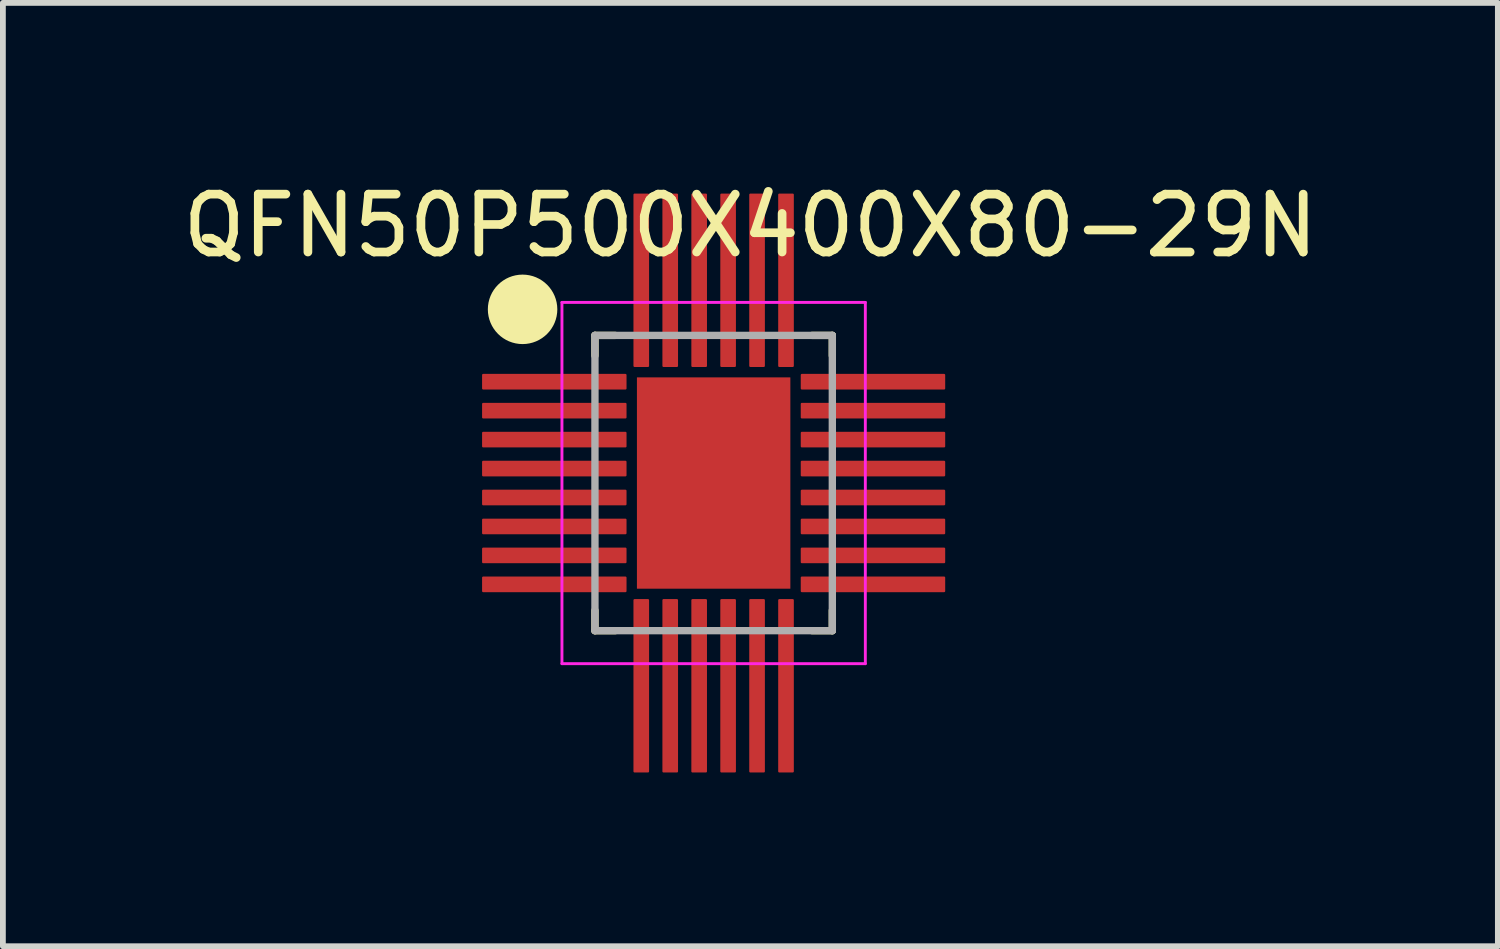
<source format=kicad_pcb>
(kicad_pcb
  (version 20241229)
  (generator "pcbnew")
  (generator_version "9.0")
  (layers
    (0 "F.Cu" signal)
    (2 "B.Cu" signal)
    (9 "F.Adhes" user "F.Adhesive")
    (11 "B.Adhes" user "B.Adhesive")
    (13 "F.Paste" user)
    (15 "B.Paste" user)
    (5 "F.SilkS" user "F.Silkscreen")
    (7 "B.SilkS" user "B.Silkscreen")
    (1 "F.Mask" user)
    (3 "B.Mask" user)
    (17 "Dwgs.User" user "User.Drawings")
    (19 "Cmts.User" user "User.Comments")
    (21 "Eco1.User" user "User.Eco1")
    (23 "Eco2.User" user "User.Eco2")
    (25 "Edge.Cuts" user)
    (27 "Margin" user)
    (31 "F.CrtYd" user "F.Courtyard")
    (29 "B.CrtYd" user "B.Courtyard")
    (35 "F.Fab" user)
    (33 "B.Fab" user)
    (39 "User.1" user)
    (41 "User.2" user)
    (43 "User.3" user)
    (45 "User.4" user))
  (footprint "QFN50P500X400X80-29N"
    (layer "F.Cu")
    (at 9.276 5.293)
    (property "Reference" "QFN50P500X400X80-29N" (at 0.635 -4.445 0) (layer "F.SilkS") (effects (font (size 1 1) (thickness 0.15))))
    (attr through_hole)
    (fp_line (start -2.05 -2.55) (end -2.05 -2.2) (stroke (width 0.127) (type solid)) (layer "F.SilkS"))
    (fp_line (start -2.05 2.55) (end -2.05 2.2) (stroke (width 0.127) (type solid)) (layer "F.SilkS"))
    (fp_line (start -1.7 -2.55) (end -2.05 -2.55) (stroke (width 0.127) (type solid)) (layer "F.SilkS"))
    (fp_line (start -1.7 2.55) (end -2.05 2.55) (stroke (width 0.127) (type solid)) (layer "F.SilkS"))
    (fp_line (start 1.7 -2.55) (end 2.05 -2.55) (stroke (width 0.127) (type solid)) (layer "F.SilkS"))
    (fp_line (start 1.7 2.55) (end 2.05 2.55) (stroke (width 0.127) (type solid)) (layer "F.SilkS"))
    (fp_line (start 2.05 -2.55) (end 2.05 -2.2) (stroke (width 0.127) (type solid)) (layer "F.SilkS"))
    (fp_line (start 2.05 2.55) (end 2.05 2.2) (stroke (width 0.127) (type solid)) (layer "F.SilkS"))
    (fp_circle (center -3.3 -3) (end -3 -3) (stroke (width 0.6) (type solid)) (fill no) (layer "F.SilkS"))
    (fp_poly (pts (xy -1.03 -1.53) (xy -0.15 -1.53) (xy -0.15 -0.15) (xy -1.03 -0.15)) (stroke (width 0.01) (type solid)) (fill yes) (layer "F.Paste"))
    (fp_poly (pts (xy -1.03 0.15) (xy -0.15 0.15) (xy -0.15 1.53) (xy -1.03 1.53)) (stroke (width 0.01) (type solid)) (fill yes) (layer "F.Paste"))
    (fp_poly (pts (xy 0.15 -1.53) (xy 1.03 -1.53) (xy 1.03 -0.15) (xy 0.15 -0.15)) (stroke (width 0.01) (type solid)) (fill yes) (layer "F.Paste"))
    (fp_poly (pts (xy 0.15 0.15) (xy 1.03 0.15) (xy 1.03 1.53) (xy 0.15 1.53)) (stroke (width 0.01) (type solid)) (fill yes) (layer "F.Paste"))
    (fp_line (start -2.62 -3.12) (end 2.62 -3.12) (stroke (width 0.05) (type solid)) (layer "F.CrtYd"))
    (fp_line (start -2.62 3.12) (end -2.62 -3.12) (stroke (width 0.05) (type solid)) (layer "F.CrtYd"))
    (fp_line (start 2.62 -3.12) (end 2.62 3.12) (stroke (width 0.05) (type solid)) (layer "F.CrtYd"))
    (fp_line (start 2.62 3.12) (end -2.62 3.12) (stroke (width 0.05) (type solid)) (layer "F.CrtYd"))
    (fp_line (start -2.05 -2.55) (end 2.05 -2.55) (stroke (width 0.127) (type solid)) (layer "F.Fab"))
    (fp_line (start -2.05 2.55) (end -2.05 -2.55) (stroke (width 0.127) (type solid)) (layer "F.Fab"))
    (fp_line (start 2.05 -2.55) (end 2.05 2.55) (stroke (width 0.127) (type solid)) (layer "F.Fab"))
    (fp_line (start 2.05 2.55) (end -2.05 2.55) (stroke (width 0.127) (type solid)) (layer "F.Fab"))
    (pad "1" smd roundrect (at -2.752 -1.75) (size 2.495 0.27) (layers "F.Cu" "F.Mask" "F.Paste") (roundrect_rratio 0.07))
    (pad "2" smd roundrect (at -2.752 -1.25) (size 2.495 0.27) (layers "F.Cu" "F.Mask" "F.Paste") (roundrect_rratio 0.07))
    (pad "3" smd roundrect (at -2.752 -0.75) (size 2.495 0.27) (layers "F.Cu" "F.Mask" "F.Paste") (roundrect_rratio 0.07))
    (pad "4" smd roundrect (at -2.752 -0.25) (size 2.495 0.27) (layers "F.Cu" "F.Mask" "F.Paste") (roundrect_rratio 0.07))
    (pad "5" smd roundrect (at -2.752 0.25) (size 2.495 0.27) (layers "F.Cu" "F.Mask" "F.Paste") (roundrect_rratio 0.07))
    (pad "6" smd roundrect (at -2.752 0.75) (size 2.495 0.27) (layers "F.Cu" "F.Mask" "F.Paste") (roundrect_rratio 0.07))
    (pad "7" smd roundrect (at -2.752 1.25) (size 2.495 0.27) (layers "F.Cu" "F.Mask" "F.Paste") (roundrect_rratio 0.07))
    (pad "8" smd roundrect (at -2.752 1.75) (size 2.495 0.27) (layers "F.Cu" "F.Mask" "F.Paste") (roundrect_rratio 0.07))
    (pad "9" smd roundrect (at -1.25 3.502 90) (size 2.995 0.27) (layers "F.Cu" "F.Mask" "F.Paste") (roundrect_rratio 0.07))
    (pad "10" smd roundrect (at -0.75 3.502 90) (size 2.995 0.27) (layers "F.Cu" "F.Mask" "F.Paste") (roundrect_rratio 0.07))
    (pad "11" smd roundrect (at -0.25 3.502 90) (size 2.995 0.27) (layers "F.Cu" "F.Mask" "F.Paste") (roundrect_rratio 0.07))
    (pad "12" smd roundrect (at 0.25 3.502 90) (size 2.995 0.27) (layers "F.Cu" "F.Mask" "F.Paste") (roundrect_rratio 0.07))
    (pad "13" smd roundrect (at 0.75 3.502 90) (size 2.995 0.27) (layers "F.Cu" "F.Mask" "F.Paste") (roundrect_rratio 0.07))
    (pad "14" smd roundrect (at 1.25 3.502 90) (size 2.995 0.27) (layers "F.Cu" "F.Mask" "F.Paste") (roundrect_rratio 0.07))
    (pad "15" smd roundrect (at 2.752 1.75 180) (size 2.495 0.27) (layers "F.Cu" "F.Mask" "F.Paste") (roundrect_rratio 0.07))
    (pad "16" smd roundrect (at 2.752 1.25 180) (size 2.495 0.27) (layers "F.Cu" "F.Mask" "F.Paste") (roundrect_rratio 0.07))
    (pad "17" smd roundrect (at 2.752 0.75 180) (size 2.495 0.27) (layers "F.Cu" "F.Mask" "F.Paste") (roundrect_rratio 0.07))
    (pad "18" smd roundrect (at 2.752 0.25 180) (size 2.495 0.27) (layers "F.Cu" "F.Mask" "F.Paste") (roundrect_rratio 0.07))
    (pad "19" smd roundrect (at 2.752 -0.25 180) (size 2.495 0.27) (layers "F.Cu" "F.Mask" "F.Paste") (roundrect_rratio 0.07))
    (pad "20" smd roundrect (at 2.752 -0.75 180) (size 2.495 0.27) (layers "F.Cu" "F.Mask" "F.Paste") (roundrect_rratio 0.07))
    (pad "21" smd roundrect (at 2.752 -1.25 180) (size 2.495 0.27) (layers "F.Cu" "F.Mask" "F.Paste") (roundrect_rratio 0.07))
    (pad "22" smd roundrect (at 2.752 -1.75 180) (size 2.495 0.27) (layers "F.Cu" "F.Mask" "F.Paste") (roundrect_rratio 0.07))
    (pad "23" smd roundrect (at 1.25 -3.502 270) (size 2.995 0.27) (layers "F.Cu" "F.Mask" "F.Paste") (roundrect_rratio 0.07))
    (pad "24" smd roundrect (at 0.75 -3.502 270) (size 2.995 0.27) (layers "F.Cu" "F.Mask" "F.Paste") (roundrect_rratio 0.07))
    (pad "25" smd roundrect (at 0.25 -3.502 270) (size 2.995 0.27) (layers "F.Cu" "F.Mask" "F.Paste") (roundrect_rratio 0.07))
    (pad "26" smd roundrect (at -0.25 -3.502 270) (size 2.995 0.27) (layers "F.Cu" "F.Mask" "F.Paste") (roundrect_rratio 0.07))
    (pad "27" smd roundrect (at -0.75 -3.502 270) (size 2.995 0.27) (layers "F.Cu" "F.Mask" "F.Paste") (roundrect_rratio 0.07))
    (pad "28" smd roundrect (at -1.25 -3.502 270) (size 2.995 0.27) (layers "F.Cu" "F.Mask" "F.Paste") (roundrect_rratio 0.07))
    (pad "29" smd rect (at 0 0 90) (size 3.65 2.65) (layers "F.Cu" "F.Mask")))
  (gr_rect
    (start -3 -3)
    (end 22.821 13.293)
    (stroke (width 0.1) (type default))
    (fill no)
    (layer "Edge.Cuts")))
</source>
